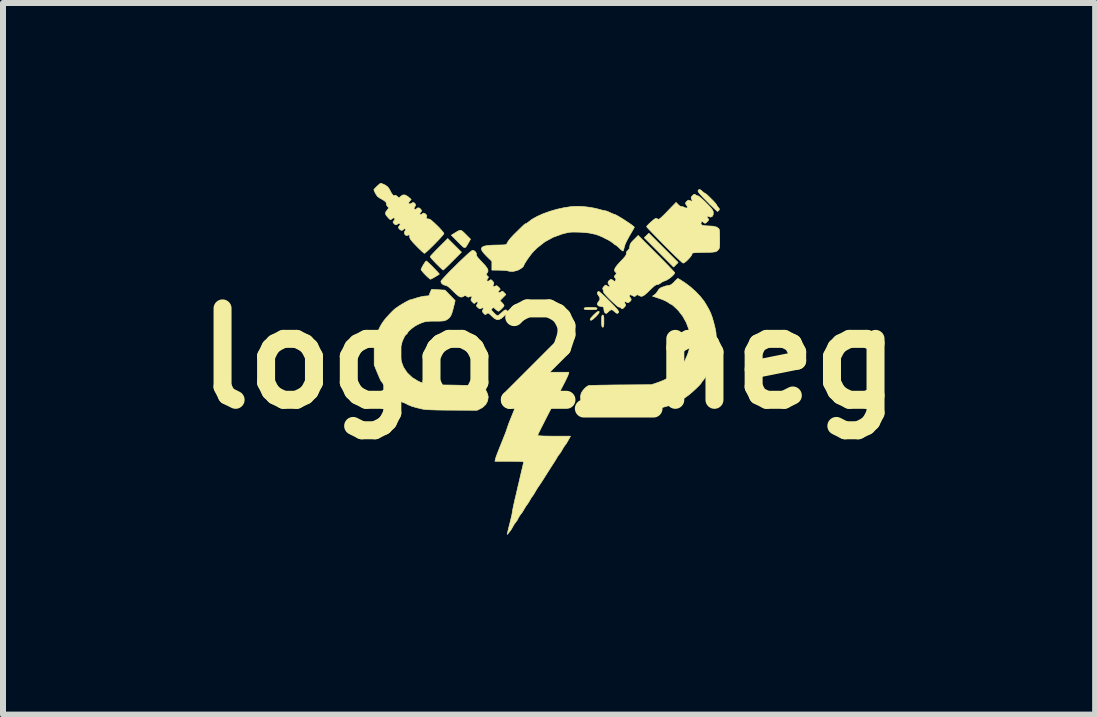
<source format=kicad_pcb>
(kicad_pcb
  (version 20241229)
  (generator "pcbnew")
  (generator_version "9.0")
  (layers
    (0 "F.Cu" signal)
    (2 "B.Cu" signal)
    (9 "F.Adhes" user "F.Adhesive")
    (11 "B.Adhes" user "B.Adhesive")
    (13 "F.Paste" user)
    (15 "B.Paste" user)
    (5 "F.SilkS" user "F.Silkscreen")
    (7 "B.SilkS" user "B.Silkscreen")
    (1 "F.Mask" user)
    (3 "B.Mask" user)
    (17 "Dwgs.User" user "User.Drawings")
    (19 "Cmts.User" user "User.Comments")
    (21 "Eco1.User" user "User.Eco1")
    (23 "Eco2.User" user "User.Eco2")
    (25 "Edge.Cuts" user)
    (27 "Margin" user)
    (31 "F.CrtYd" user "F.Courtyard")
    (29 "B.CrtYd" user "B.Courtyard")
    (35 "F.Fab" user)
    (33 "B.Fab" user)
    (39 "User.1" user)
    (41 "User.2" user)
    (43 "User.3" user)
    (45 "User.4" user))
  (footprint "logo2_neg"
    (layer "F.Cu")
    (at 6.103 2.926)
    (property "Reference" "logo2_neg" (at 0 0 0) (layer "F.SilkS") (effects (font (size 1.524 1.524) (thickness 0.3))))
    (attr through_hole)
    (fp_poly (pts (xy 1.908 -1.844) (xy 2.152 -1.6) (xy 2.114 -1.562) (xy 2.076 -1.524) (xy 1.587 -2.014) (xy 1.626 -2.051) (xy 1.664 -2.088) (xy 1.908 -1.844)) (stroke (width 0.01) (type solid)) (fill yes) (layer "F.SilkS"))
    (fp_poly (pts (xy 0.837 -0.78) (xy 0.832 -0.759) (xy 0.807 -0.726) (xy 0.777 -0.695) (xy 0.734 -0.656) (xy 0.704 -0.637) (xy 0.688 -0.64) (xy 0.686 -0.651) (xy 0.695 -0.669) (xy 0.717 -0.696) (xy 0.747 -0.728) (xy 0.779 -0.758) (xy 0.806 -0.779) (xy 0.823 -0.787) (xy 0.837 -0.78)) (stroke (width 0.01) (type solid)) (fill yes) (layer "F.SilkS"))
    (fp_poly (pts (xy 0.746 -0.85) (xy 0.779 -0.847) (xy 0.796 -0.841) (xy 0.8 -0.832) (xy 0.795 -0.822) (xy 0.779 -0.816) (xy 0.745 -0.814) (xy 0.692 -0.813) (xy 0.638 -0.814) (xy 0.605 -0.817) (xy 0.589 -0.822) (xy 0.584 -0.832) (xy 0.589 -0.841) (xy 0.606 -0.847) (xy 0.639 -0.85) (xy 0.692 -0.851) (xy 0.746 -0.85)) (stroke (width 0.01) (type solid)) (fill yes) (layer "F.SilkS"))
    (fp_poly (pts (xy 0.905 -0.719) (xy 0.911 -0.702) (xy 0.914 -0.667) (xy 0.914 -0.622) (xy 0.914 -0.57) (xy 0.91 -0.539) (xy 0.904 -0.524) (xy 0.895 -0.521) (xy 0.886 -0.525) (xy 0.88 -0.543) (xy 0.877 -0.577) (xy 0.876 -0.622) (xy 0.877 -0.674) (xy 0.88 -0.706) (xy 0.887 -0.721) (xy 0.895 -0.724) (xy 0.905 -0.719)) (stroke (width 0.01) (type solid)) (fill yes) (layer "F.SilkS"))
    (fp_poly (pts (xy -1.45 -2.126) (xy -1.421 -2.101) (xy -1.389 -2.069) (xy -1.309 -1.989) (xy -1.342 -1.931) (xy -1.367 -1.888) (xy -1.385 -1.86) (xy -1.402 -1.848) (xy -1.421 -1.852) (xy -1.446 -1.872) (xy -1.484 -1.909) (xy -1.517 -1.942) (xy -1.629 -2.055) (xy -1.58 -2.086) (xy -1.531 -2.116) (xy -1.498 -2.133) (xy -1.474 -2.137) (xy -1.45 -2.126)) (stroke (width 0.01) (type solid)) (fill yes) (layer "F.SilkS"))
    (fp_poly (pts (xy -1.46 -1.772) (xy -1.609 -1.623) (xy -1.659 -1.573) (xy -1.703 -1.53) (xy -1.737 -1.498) (xy -1.759 -1.478) (xy -1.765 -1.473) (xy -1.776 -1.482) (xy -1.802 -1.505) (xy -1.837 -1.539) (xy -1.877 -1.578) (xy -1.918 -1.621) (xy -1.951 -1.657) (xy -1.974 -1.684) (xy -1.981 -1.696) (xy -1.973 -1.709) (xy -1.949 -1.736) (xy -1.913 -1.774) (xy -1.868 -1.821) (xy -1.835 -1.854) (xy -1.689 -2) (xy -1.46 -1.772)) (stroke (width 0.01) (type solid)) (fill yes) (layer "F.SilkS"))
    (fp_poly (pts (xy -2.034 -1.617) (xy -2.01 -1.595) (xy -1.977 -1.564) (xy -1.939 -1.527) (xy -1.902 -1.488) (xy -1.868 -1.453) (xy -1.843 -1.425) (xy -1.83 -1.409) (xy -1.829 -1.406) (xy -1.854 -1.389) (xy -1.888 -1.368) (xy -1.924 -1.347) (xy -1.955 -1.33) (xy -1.974 -1.321) (xy -1.976 -1.321) (xy -1.99 -1.329) (xy -2.017 -1.352) (xy -2.051 -1.384) (xy -2.061 -1.394) (xy -2.095 -1.43) (xy -2.12 -1.461) (xy -2.133 -1.48) (xy -2.134 -1.483) (xy -2.127 -1.501) (xy -2.112 -1.532) (xy -2.092 -1.566) (xy -2.071 -1.598) (xy -2.054 -1.62) (xy -2.047 -1.626) (xy -2.034 -1.617)) (stroke (width 0.01) (type solid)) (fill yes) (layer "F.SilkS"))
    (fp_poly (pts (xy 2.524 -2.812) (xy 2.553 -2.788) (xy 2.577 -2.766) (xy 2.595 -2.756) (xy 2.597 -2.756) (xy 2.611 -2.747) (xy 2.638 -2.725) (xy 2.672 -2.693) (xy 2.709 -2.656) (xy 2.745 -2.62) (xy 2.773 -2.588) (xy 2.791 -2.566) (xy 2.794 -2.56) (xy 2.802 -2.543) (xy 2.821 -2.519) (xy 2.821 -2.519) (xy 2.839 -2.496) (xy 2.838 -2.479) (xy 2.832 -2.471) (xy 2.815 -2.454) (xy 2.808 -2.451) (xy 2.797 -2.46) (xy 2.771 -2.483) (xy 2.733 -2.52) (xy 2.686 -2.565) (xy 2.638 -2.614) (xy 2.576 -2.677) (xy 2.531 -2.725) (xy 2.501 -2.76) (xy 2.486 -2.783) (xy 2.483 -2.797) (xy 2.484 -2.798) (xy 2.5 -2.817) (xy 2.524 -2.812)) (stroke (width 0.01) (type solid)) (fill yes) (layer "F.SilkS"))
    (fp_poly (pts (xy 0.842 -1.109) (xy 0.871 -1.085) (xy 0.911 -1.049) (xy 0.959 -1.003) (xy 1.007 -0.955) (xy 1.069 -0.892) (xy 1.114 -0.844) (xy 1.144 -0.809) (xy 1.159 -0.785) (xy 1.161 -0.771) (xy 1.161 -0.771) (xy 1.145 -0.752) (xy 1.121 -0.756) (xy 1.092 -0.781) (xy 1.066 -0.803) (xy 1.043 -0.813) (xy 1.041 -0.813) (xy 1.019 -0.804) (xy 0.992 -0.783) (xy 0.991 -0.781) (xy 0.966 -0.757) (xy 0.95 -0.751) (xy 0.934 -0.76) (xy 0.93 -0.765) (xy 0.919 -0.787) (xy 0.914 -0.821) (xy 0.914 -0.821) (xy 0.912 -0.848) (xy 0.9 -0.861) (xy 0.87 -0.866) (xy 0.868 -0.866) (xy 0.826 -0.876) (xy 0.806 -0.896) (xy 0.808 -0.923) (xy 0.823 -0.943) (xy 0.847 -0.981) (xy 0.846 -1.016) (xy 0.824 -1.049) (xy 0.807 -1.077) (xy 0.806 -1.102) (xy 0.82 -1.116) (xy 0.828 -1.118) (xy 0.842 -1.109)) (stroke (width 0.01) (type solid)) (fill yes) (layer "F.SilkS"))
    (fp_poly (pts (xy 0.577 -2.532) (xy 0.678 -2.52) (xy 0.772 -2.503) (xy 0.826 -2.489) (xy 0.872 -2.476) (xy 0.909 -2.467) (xy 0.93 -2.464) (xy 0.954 -2.459) (xy 0.99 -2.445) (xy 1.018 -2.432) (xy 1.056 -2.415) (xy 1.085 -2.403) (xy 1.095 -2.4) (xy 1.113 -2.394) (xy 1.146 -2.376) (xy 1.19 -2.35) (xy 1.24 -2.319) (xy 1.292 -2.285) (xy 1.34 -2.253) (xy 1.381 -2.224) (xy 1.41 -2.201) (xy 1.422 -2.189) (xy 1.422 -2.188) (xy 1.416 -2.175) (xy 1.4 -2.146) (xy 1.379 -2.11) (xy 1.328 -2.022) (xy 1.291 -1.952) (xy 1.266 -1.896) (xy 1.253 -1.851) (xy 1.251 -1.844) (xy 1.244 -1.811) (xy 1.235 -1.793) (xy 1.232 -1.791) (xy 1.218 -1.799) (xy 1.193 -1.82) (xy 1.171 -1.841) (xy 1.142 -1.869) (xy 1.118 -1.888) (xy 1.108 -1.892) (xy 1.092 -1.901) (xy 1.073 -1.918) (xy 1.049 -1.937) (xy 1.012 -1.962) (xy 0.976 -1.981) (xy 0.934 -2.002) (xy 0.899 -2.02) (xy 0.88 -2.03) (xy 0.785 -2.067) (xy 0.668 -2.092) (xy 0.528 -2.105) (xy 0.513 -2.105) (xy 0.442 -2.107) (xy 0.388 -2.107) (xy 0.344 -2.104) (xy 0.301 -2.096) (xy 0.252 -2.084) (xy 0.221 -2.076) (xy 0.069 -2.021) (xy -0.07 -1.945) (xy -0.196 -1.846) (xy -0.259 -1.785) (xy -0.287 -1.753) (xy -0.319 -1.711) (xy -0.352 -1.666) (xy -0.382 -1.621) (xy -0.405 -1.584) (xy -0.418 -1.559) (xy -0.419 -1.553) (xy -0.43 -1.532) (xy -0.458 -1.507) (xy -0.497 -1.483) (xy -0.532 -1.467) (xy -0.6 -1.451) (xy -0.661 -1.454) (xy -0.686 -1.46) (xy -0.712 -1.465) (xy -0.757 -1.469) (xy -0.811 -1.471) (xy -0.835 -1.472) (xy -0.953 -1.473) (xy -0.953 -1.619) (xy -1.042 -1.707) (xy -1.09 -1.758) (xy -1.119 -1.798) (xy -1.128 -1.83) (xy -1.116 -1.855) (xy -1.083 -1.872) (xy -1.027 -1.883) (xy -0.948 -1.889) (xy -0.86 -1.891) (xy -0.796 -1.892) (xy -0.753 -1.894) (xy -0.727 -1.897) (xy -0.712 -1.903) (xy -0.703 -1.912) (xy -0.7 -1.921) (xy -0.68 -1.956) (xy -0.645 -2.001) (xy -0.592 -2.059) (xy -0.533 -2.117) (xy -0.481 -2.168) (xy -0.444 -2.204) (xy -0.419 -2.227) (xy -0.403 -2.24) (xy -0.393 -2.246) (xy -0.386 -2.248) (xy -0.385 -2.248) (xy -0.368 -2.256) (xy -0.346 -2.273) (xy -0.283 -2.321) (xy -0.198 -2.368) (xy -0.098 -2.413) (xy 0.014 -2.453) (xy 0.133 -2.488) (xy 0.253 -2.514) (xy 0.372 -2.532) (xy 0.395 -2.534) (xy 0.479 -2.537) (xy 0.577 -2.532)) (stroke (width 0.01) (type solid)) (fill yes) (layer "F.SilkS"))
    (fp_poly (pts (xy 1.791 -1.746) (xy 1.863 -1.674) (xy 1.929 -1.607) (xy 1.987 -1.547) (xy 2.034 -1.497) (xy 2.07 -1.459) (xy 2.091 -1.436) (xy 2.095 -1.428) (xy 2.085 -1.407) (xy 2.06 -1.379) (xy 2.024 -1.348) (xy 1.985 -1.321) (xy 1.949 -1.301) (xy 1.936 -1.296) (xy 1.897 -1.282) (xy 1.866 -1.262) (xy 1.861 -1.257) (xy 1.831 -1.238) (xy 1.804 -1.232) (xy 1.781 -1.226) (xy 1.751 -1.206) (xy 1.711 -1.17) (xy 1.682 -1.142) (xy 1.63 -1.091) (xy 1.59 -1.057) (xy 1.558 -1.039) (xy 1.532 -1.036) (xy 1.508 -1.045) (xy 1.502 -1.048) (xy 1.478 -1.062) (xy 1.462 -1.059) (xy 1.448 -1.048) (xy 1.43 -1.034) (xy 1.413 -1.036) (xy 1.391 -1.049) (xy 1.361 -1.061) (xy 1.341 -1.058) (xy 1.337 -1.041) (xy 1.35 -1.018) (xy 1.369 -0.991) (xy 1.366 -0.968) (xy 1.345 -0.946) (xy 1.323 -0.93) (xy 1.303 -0.933) (xy 1.293 -0.938) (xy 1.268 -0.948) (xy 1.258 -0.939) (xy 1.267 -0.914) (xy 1.268 -0.912) (xy 1.277 -0.891) (xy 1.27 -0.872) (xy 1.256 -0.856) (xy 1.232 -0.833) (xy 1.217 -0.828) (xy 1.201 -0.84) (xy 1.196 -0.845) (xy 1.177 -0.857) (xy 1.166 -0.856) (xy 1.153 -0.861) (xy 1.127 -0.882) (xy 1.092 -0.913) (xy 1.051 -0.951) (xy 1.009 -0.991) (xy 0.97 -1.031) (xy 0.937 -1.067) (xy 0.916 -1.093) (xy 0.909 -1.107) (xy 0.909 -1.107) (xy 0.909 -1.125) (xy 0.901 -1.144) (xy 0.894 -1.166) (xy 0.904 -1.188) (xy 0.916 -1.201) (xy 0.937 -1.221) (xy 0.952 -1.223) (xy 0.965 -1.213) (xy 0.989 -1.198) (xy 1.009 -1.194) (xy 1.016 -1.202) (xy 1.008 -1.217) (xy 0.994 -1.235) (xy 0.981 -1.263) (xy 0.994 -1.292) (xy 1.019 -1.313) (xy 1.041 -1.318) (xy 1.066 -1.303) (xy 1.067 -1.302) (xy 1.087 -1.286) (xy 1.1 -1.288) (xy 1.105 -1.296) (xy 1.116 -1.32) (xy 1.108 -1.337) (xy 1.098 -1.347) (xy 1.087 -1.36) (xy 1.092 -1.375) (xy 1.105 -1.391) (xy 1.122 -1.412) (xy 1.121 -1.425) (xy 1.112 -1.435) (xy 1.094 -1.457) (xy 1.092 -1.483) (xy 1.107 -1.516) (xy 1.139 -1.559) (xy 1.19 -1.615) (xy 1.193 -1.618) (xy 1.24 -1.667) (xy 1.269 -1.702) (xy 1.285 -1.727) (xy 1.288 -1.744) (xy 1.288 -1.748) (xy 1.291 -1.776) (xy 1.313 -1.8) (xy 1.34 -1.832) (xy 1.346 -1.869) (xy 1.35 -1.895) (xy 1.362 -1.921) (xy 1.388 -1.953) (xy 1.416 -1.981) (xy 1.486 -2.051) (xy 1.791 -1.746)) (stroke (width 0.01) (type solid)) (fill yes) (layer "F.SilkS"))
    (fp_poly (pts (xy -1.845 -1.146) (xy -1.734 -1.139) (xy -1.649 -1.052) (xy -1.565 -0.965) (xy -1.583 -0.892) (xy -1.602 -0.817) (xy -1.618 -0.761) (xy -1.633 -0.722) (xy -1.649 -0.695) (xy -1.667 -0.674) (xy -1.688 -0.657) (xy -1.71 -0.643) (xy -1.731 -0.633) (xy -1.755 -0.627) (xy -1.789 -0.624) (xy -1.839 -0.622) (xy -1.896 -0.622) (xy -1.97 -0.622) (xy -2.026 -0.618) (xy -2.072 -0.611) (xy -2.115 -0.598) (xy -2.163 -0.577) (xy -2.197 -0.561) (xy -2.234 -0.54) (xy -2.275 -0.511) (xy -2.313 -0.48) (xy -2.343 -0.451) (xy -2.36 -0.429) (xy -2.362 -0.423) (xy -2.369 -0.408) (xy -2.374 -0.406) (xy -2.39 -0.395) (xy -2.41 -0.365) (xy -2.431 -0.321) (xy -2.451 -0.271) (xy -2.467 -0.218) (xy -2.475 -0.18) (xy -2.481 -0.064) (xy -2.464 0.047) (xy -2.425 0.148) (xy -2.364 0.239) (xy -2.284 0.316) (xy -2.185 0.377) (xy -2.143 0.396) (xy -2.038 0.438) (xy -1.587 0.444) (xy -1.457 0.447) (xy -1.349 0.449) (xy -1.264 0.452) (xy -1.199 0.455) (xy -1.153 0.458) (xy -1.123 0.463) (xy -1.108 0.467) (xy -1.077 0.495) (xy -1.048 0.54) (xy -1.025 0.591) (xy -1.014 0.639) (xy -1.014 0.644) (xy -1.024 0.709) (xy -1.056 0.768) (xy -1.107 0.816) (xy -1.135 0.832) (xy -1.199 0.864) (xy -1.612 0.862) (xy -1.756 0.861) (xy -1.874 0.859) (xy -1.969 0.856) (xy -2.04 0.852) (xy -2.089 0.847) (xy -2.102 0.845) (xy -2.21 0.82) (xy -2.295 0.795) (xy -2.354 0.77) (xy -2.368 0.762) (xy -2.398 0.746) (xy -2.421 0.737) (xy -2.424 0.737) (xy -2.447 0.728) (xy -2.482 0.704) (xy -2.527 0.669) (xy -2.577 0.626) (xy -2.628 0.578) (xy -2.676 0.53) (xy -2.718 0.486) (xy -2.748 0.447) (xy -2.75 0.444) (xy -2.773 0.411) (xy -2.791 0.387) (xy -2.797 0.38) (xy -2.806 0.366) (xy -2.821 0.334) (xy -2.841 0.288) (xy -2.861 0.241) (xy -2.915 0.108) (xy -2.915 -0.298) (xy -2.866 -0.419) (xy -2.837 -0.487) (xy -2.812 -0.539) (xy -2.785 -0.584) (xy -2.754 -0.629) (xy -2.72 -0.671) (xy -2.676 -0.72) (xy -2.63 -0.769) (xy -2.588 -0.81) (xy -2.57 -0.826) (xy -2.537 -0.85) (xy -2.494 -0.879) (xy -2.445 -0.909) (xy -2.397 -0.937) (xy -2.354 -0.96) (xy -2.323 -0.975) (xy -2.312 -0.978) (xy -2.294 -0.982) (xy -2.26 -0.992) (xy -2.215 -1.006) (xy -2.205 -1.01) (xy -2.15 -1.025) (xy -2.096 -1.037) (xy -2.054 -1.041) (xy -2.052 -1.041) (xy -2.014 -1.044) (xy -1.997 -1.052) (xy -1.994 -1.061) (xy -1.988 -1.086) (xy -1.975 -1.117) (xy -1.957 -1.153) (xy -1.845 -1.146)) (stroke (width 0.01) (type solid)) (fill yes) (layer "F.SilkS"))
    (fp_poly (pts (xy 2.444 -2.727) (xy 2.466 -2.713) (xy 2.48 -2.712) (xy 2.494 -2.706) (xy 2.522 -2.684) (xy 2.56 -2.651) (xy 2.605 -2.609) (xy 2.615 -2.598) (xy 2.666 -2.546) (xy 2.702 -2.506) (xy 2.724 -2.477) (xy 2.735 -2.453) (xy 2.739 -2.435) (xy 2.736 -2.395) (xy 2.719 -2.367) (xy 2.693 -2.356) (xy 2.669 -2.364) (xy 2.643 -2.374) (xy 2.633 -2.366) (xy 2.642 -2.344) (xy 2.647 -2.338) (xy 2.661 -2.32) (xy 2.66 -2.306) (xy 2.642 -2.285) (xy 2.636 -2.279) (xy 2.613 -2.258) (xy 2.597 -2.254) (xy 2.581 -2.264) (xy 2.58 -2.266) (xy 2.557 -2.283) (xy 2.543 -2.281) (xy 2.535 -2.265) (xy 2.532 -2.24) (xy 2.548 -2.224) (xy 2.583 -2.214) (xy 2.642 -2.21) (xy 2.656 -2.21) (xy 2.737 -2.205) (xy 2.795 -2.19) (xy 2.829 -2.166) (xy 2.837 -2.152) (xy 2.84 -2.132) (xy 2.843 -2.092) (xy 2.844 -2.038) (xy 2.845 -1.982) (xy 2.845 -1.918) (xy 2.843 -1.875) (xy 2.84 -1.846) (xy 2.833 -1.827) (xy 2.822 -1.813) (xy 2.812 -1.802) (xy 2.799 -1.791) (xy 2.784 -1.782) (xy 2.763 -1.777) (xy 2.733 -1.773) (xy 2.688 -1.77) (xy 2.625 -1.769) (xy 2.578 -1.768) (xy 2.502 -1.766) (xy 2.447 -1.764) (xy 2.412 -1.761) (xy 2.392 -1.757) (xy 2.384 -1.751) (xy 2.384 -1.744) (xy 2.379 -1.726) (xy 2.36 -1.698) (xy 2.331 -1.665) (xy 2.299 -1.632) (xy 2.268 -1.606) (xy 2.243 -1.591) (xy 2.236 -1.59) (xy 2.222 -1.599) (xy 2.193 -1.624) (xy 2.151 -1.663) (xy 2.098 -1.714) (xy 2.036 -1.775) (xy 1.968 -1.843) (xy 1.921 -1.89) (xy 1.85 -1.962) (xy 1.786 -2.028) (xy 1.729 -2.086) (xy 1.683 -2.134) (xy 1.649 -2.17) (xy 1.63 -2.192) (xy 1.626 -2.197) (xy 1.635 -2.212) (xy 1.658 -2.236) (xy 1.689 -2.266) (xy 1.724 -2.296) (xy 1.754 -2.321) (xy 1.776 -2.335) (xy 1.781 -2.337) (xy 1.805 -2.329) (xy 1.815 -2.321) (xy 1.824 -2.318) (xy 1.839 -2.325) (xy 1.863 -2.344) (xy 1.898 -2.376) (xy 1.947 -2.425) (xy 1.974 -2.453) (xy 2.118 -2.602) (xy 2.154 -2.564) (xy 2.18 -2.542) (xy 2.202 -2.533) (xy 2.207 -2.533) (xy 2.229 -2.531) (xy 2.256 -2.519) (xy 2.285 -2.507) (xy 2.304 -2.512) (xy 2.308 -2.529) (xy 2.295 -2.55) (xy 2.276 -2.578) (xy 2.279 -2.601) (xy 2.299 -2.623) (xy 2.322 -2.639) (xy 2.342 -2.636) (xy 2.351 -2.631) (xy 2.377 -2.621) (xy 2.387 -2.629) (xy 2.378 -2.654) (xy 2.376 -2.657) (xy 2.368 -2.677) (xy 2.374 -2.695) (xy 2.392 -2.715) (xy 2.414 -2.735) (xy 2.429 -2.738) (xy 2.444 -2.727)) (stroke (width 0.01) (type solid)) (fill yes) (layer "F.SilkS"))
    (fp_poly (pts (xy -2.789 -2.916) (xy -2.758 -2.903) (xy -2.738 -2.894) (xy -2.698 -2.868) (xy -2.669 -2.835) (xy -2.653 -2.805) (xy -2.627 -2.756) (xy -2.603 -2.724) (xy -2.583 -2.712) (xy -2.572 -2.718) (xy -2.558 -2.722) (xy -2.533 -2.704) (xy -2.532 -2.704) (xy -2.502 -2.675) (xy -2.473 -2.703) (xy -2.437 -2.726) (xy -2.4 -2.726) (xy -2.359 -2.703) (xy -2.343 -2.691) (xy -2.298 -2.651) (xy -2.323 -2.623) (xy -2.34 -2.6) (xy -2.337 -2.584) (xy -2.334 -2.581) (xy -2.318 -2.573) (xy -2.297 -2.586) (xy -2.296 -2.587) (xy -2.269 -2.6) (xy -2.245 -2.593) (xy -2.229 -2.574) (xy -2.227 -2.547) (xy -2.241 -2.524) (xy -2.253 -2.506) (xy -2.245 -2.492) (xy -2.243 -2.49) (xy -2.224 -2.484) (xy -2.21 -2.495) (xy -2.185 -2.513) (xy -2.159 -2.506) (xy -2.14 -2.489) (xy -2.125 -2.469) (xy -2.127 -2.454) (xy -2.14 -2.438) (xy -2.155 -2.413) (xy -2.151 -2.399) (xy -2.133 -2.396) (xy -2.121 -2.406) (xy -2.096 -2.424) (xy -2.07 -2.417) (xy -2.051 -2.401) (xy -2.037 -2.378) (xy -2.042 -2.36) (xy -2.043 -2.358) (xy -2.047 -2.34) (xy -2.03 -2.328) (xy -1.996 -2.324) (xy -1.978 -2.315) (xy -1.949 -2.292) (xy -1.911 -2.258) (xy -1.869 -2.218) (xy -1.828 -2.177) (xy -1.793 -2.138) (xy -1.766 -2.106) (xy -1.753 -2.085) (xy -1.753 -2.082) (xy -1.761 -2.068) (xy -1.785 -2.04) (xy -1.819 -2.001) (xy -1.862 -1.956) (xy -1.909 -1.908) (xy -1.956 -1.861) (xy -2 -1.818) (xy -2.037 -1.784) (xy -2.064 -1.76) (xy -2.077 -1.753) (xy -2.091 -1.761) (xy -2.118 -1.785) (xy -2.155 -1.82) (xy -2.199 -1.863) (xy -2.207 -1.872) (xy -2.257 -1.923) (xy -2.29 -1.961) (xy -2.311 -1.989) (xy -2.321 -2.011) (xy -2.324 -2.03) (xy -2.324 -2.03) (xy -2.326 -2.057) (xy -2.334 -2.063) (xy -2.348 -2.055) (xy -2.376 -2.049) (xy -2.399 -2.061) (xy -2.411 -2.084) (xy -2.41 -2.112) (xy -2.398 -2.131) (xy -2.39 -2.15) (xy -2.396 -2.16) (xy -2.413 -2.164) (xy -2.425 -2.153) (xy -2.45 -2.135) (xy -2.477 -2.142) (xy -2.496 -2.159) (xy -2.511 -2.179) (xy -2.509 -2.194) (xy -2.496 -2.209) (xy -2.481 -2.235) (xy -2.485 -2.251) (xy -2.506 -2.25) (xy -2.524 -2.241) (xy -2.548 -2.228) (xy -2.564 -2.23) (xy -2.582 -2.246) (xy -2.6 -2.266) (xy -2.599 -2.28) (xy -2.585 -2.299) (xy -2.569 -2.321) (xy -2.574 -2.338) (xy -2.576 -2.339) (xy -2.592 -2.346) (xy -2.614 -2.332) (xy -2.617 -2.33) (xy -2.634 -2.316) (xy -2.647 -2.315) (xy -2.664 -2.328) (xy -2.687 -2.353) (xy -2.717 -2.389) (xy -2.728 -2.417) (xy -2.721 -2.444) (xy -2.699 -2.474) (xy -2.679 -2.499) (xy -2.675 -2.513) (xy -2.685 -2.527) (xy -2.693 -2.534) (xy -2.71 -2.56) (xy -2.711 -2.579) (xy -2.717 -2.603) (xy -2.747 -2.631) (xy -2.8 -2.662) (xy -2.82 -2.672) (xy -2.862 -2.703) (xy -2.893 -2.75) (xy -2.909 -2.784) (xy -2.919 -2.807) (xy -2.921 -2.812) (xy -2.912 -2.825) (xy -2.891 -2.848) (xy -2.863 -2.875) (xy -2.835 -2.9) (xy -2.814 -2.917) (xy -2.807 -2.921) (xy -2.789 -2.916)) (stroke (width 0.01) (type solid)) (fill yes) (layer "F.SilkS"))
    (fp_poly (pts (xy 0.323 0.259) (xy 0.316 0.28) (xy 0.3 0.316) (xy 0.275 0.368) (xy 0.24 0.437) (xy 0.194 0.526) (xy 0.137 0.636) (xy 0.131 0.648) (xy 0.104 0.7) (xy 0.08 0.746) (xy 0.062 0.78) (xy 0.055 0.794) (xy 0.041 0.822) (xy 0.022 0.858) (xy 0.019 0.864) (xy -0.045 0.988) (xy -0.097 1.091) (xy -0.138 1.171) (xy -0.167 1.23) (xy -0.184 1.268) (xy -0.19 1.284) (xy -0.191 1.284) (xy -0.178 1.288) (xy -0.145 1.29) (xy -0.093 1.293) (xy -0.026 1.294) (xy 0.051 1.295) (xy 0.084 1.295) (xy 0.358 1.295) (xy 0.317 1.368) (xy 0.295 1.407) (xy 0.276 1.435) (xy 0.266 1.448) (xy 0.255 1.462) (xy 0.237 1.491) (xy 0.222 1.517) (xy 0.199 1.556) (xy 0.179 1.586) (xy 0.169 1.598) (xy 0.15 1.623) (xy 0.138 1.642) (xy 0.124 1.668) (xy 0.101 1.705) (xy 0.079 1.74) (xy 0.035 1.808) (xy -0.013 1.883) (xy -0.068 1.97) (xy -0.099 2.019) (xy -0.128 2.064) (xy -0.155 2.105) (xy -0.174 2.132) (xy -0.175 2.134) (xy -0.195 2.163) (xy -0.22 2.204) (xy -0.234 2.229) (xy -0.255 2.265) (xy -0.272 2.29) (xy -0.279 2.299) (xy -0.29 2.313) (xy -0.308 2.342) (xy -0.323 2.369) (xy -0.344 2.404) (xy -0.361 2.43) (xy -0.368 2.438) (xy -0.379 2.452) (xy -0.397 2.481) (xy -0.413 2.508) (xy -0.434 2.544) (xy -0.45 2.569) (xy -0.457 2.578) (xy -0.472 2.596) (xy -0.491 2.624) (xy -0.509 2.653) (xy -0.52 2.674) (xy -0.521 2.677) (xy -0.528 2.693) (xy -0.547 2.719) (xy -0.552 2.725) (xy -0.58 2.763) (xy -0.604 2.804) (xy -0.604 2.805) (xy -0.623 2.839) (xy -0.641 2.867) (xy -0.642 2.868) (xy -0.665 2.896) (xy -0.679 2.915) (xy -0.693 2.931) (xy -0.698 2.932) (xy -0.695 2.917) (xy -0.687 2.883) (xy -0.675 2.833) (xy -0.66 2.772) (xy -0.654 2.749) (xy -0.638 2.684) (xy -0.624 2.626) (xy -0.615 2.581) (xy -0.61 2.553) (xy -0.61 2.549) (xy -0.607 2.528) (xy -0.599 2.487) (xy -0.587 2.432) (xy -0.573 2.368) (xy -0.566 2.338) (xy -0.546 2.255) (xy -0.524 2.158) (xy -0.5 2.058) (xy -0.479 1.966) (xy -0.475 1.949) (xy -0.459 1.88) (xy -0.444 1.819) (xy -0.433 1.771) (xy -0.425 1.739) (xy -0.422 1.73) (xy -0.426 1.725) (xy -0.442 1.72) (xy -0.475 1.717) (xy -0.526 1.716) (xy -0.597 1.715) (xy -0.659 1.714) (xy -0.902 1.714) (xy -0.894 1.68) (xy -0.89 1.662) (xy -0.881 1.635) (xy -0.867 1.597) (xy -0.847 1.545) (xy -0.82 1.477) (xy -0.785 1.39) (xy -0.75 1.302) (xy -0.729 1.25) (xy -0.712 1.203) (xy -0.7 1.168) (xy -0.699 1.162) (xy -0.689 1.133) (xy -0.673 1.088) (xy -0.653 1.037) (xy -0.647 1.022) (xy -0.606 0.921) (xy -0.574 0.841) (xy -0.551 0.78) (xy -0.534 0.737) (xy -0.525 0.708) (xy -0.521 0.693) (xy -0.521 0.691) (xy -0.516 0.673) (xy -0.503 0.639) (xy -0.484 0.596) (xy -0.481 0.59) (xy -0.456 0.531) (xy -0.431 0.467) (xy -0.414 0.42) (xy -0.395 0.367) (xy -0.375 0.315) (xy -0.362 0.283) (xy -0.338 0.229) (xy 0.331 0.229) (xy 0.323 0.259)) (stroke (width 0.01) (type solid)) (fill yes) (layer "F.SilkS"))
    (fp_poly (pts (xy 2.162 -1.327) (xy 2.192 -1.309) (xy 2.234 -1.282) (xy 2.271 -1.258) (xy 2.358 -1.192) (xy 2.443 -1.116) (xy 2.52 -1.035) (xy 2.584 -0.955) (xy 2.616 -0.903) (xy 2.634 -0.872) (xy 2.657 -0.832) (xy 2.668 -0.812) (xy 2.693 -0.76) (xy 2.719 -0.69) (xy 2.743 -0.609) (xy 2.765 -0.524) (xy 2.781 -0.442) (xy 2.783 -0.432) (xy 2.791 -0.308) (xy 2.781 -0.176) (xy 2.755 -0.049) (xy 2.74 0.004) (xy 2.727 0.055) (xy 2.717 0.092) (xy 2.717 0.093) (xy 2.702 0.136) (xy 2.679 0.181) (xy 2.675 0.188) (xy 2.65 0.231) (xy 2.626 0.276) (xy 2.623 0.282) (xy 2.6 0.322) (xy 2.574 0.359) (xy 2.571 0.362) (xy 2.55 0.386) (xy 2.54 0.403) (xy 2.54 0.404) (xy 2.531 0.419) (xy 2.507 0.446) (xy 2.472 0.481) (xy 2.431 0.52) (xy 2.388 0.559) (xy 2.347 0.594) (xy 2.315 0.619) (xy 2.246 0.667) (xy 2.189 0.703) (xy 2.147 0.727) (xy 2.121 0.736) (xy 2.119 0.737) (xy 2.095 0.743) (xy 2.075 0.755) (xy 2.046 0.769) (xy 1.999 0.786) (xy 1.937 0.804) (xy 1.868 0.822) (xy 1.796 0.839) (xy 1.759 0.846) (xy 1.722 0.851) (xy 1.669 0.855) (xy 1.598 0.858) (xy 1.507 0.86) (xy 1.394 0.862) (xy 1.259 0.863) (xy 1.187 0.863) (xy 1.063 0.863) (xy 0.961 0.863) (xy 0.879 0.862) (xy 0.815 0.861) (xy 0.766 0.859) (xy 0.729 0.857) (xy 0.701 0.853) (xy 0.68 0.849) (xy 0.664 0.844) (xy 0.653 0.839) (xy 0.596 0.802) (xy 0.554 0.752) (xy 0.529 0.693) (xy 0.523 0.633) (xy 0.538 0.575) (xy 0.539 0.572) (xy 0.569 0.528) (xy 0.605 0.488) (xy 0.643 0.46) (xy 0.664 0.451) (xy 0.682 0.45) (xy 0.724 0.448) (xy 0.784 0.447) (xy 0.862 0.445) (xy 0.953 0.444) (xy 1.055 0.442) (xy 1.166 0.441) (xy 1.2 0.441) (xy 1.708 0.437) (xy 1.813 0.401) (xy 1.867 0.381) (xy 1.917 0.36) (xy 1.955 0.341) (xy 1.961 0.336) (xy 1.995 0.316) (xy 2.025 0.301) (xy 2.03 0.299) (xy 2.055 0.283) (xy 2.076 0.26) (xy 2.095 0.237) (xy 2.112 0.228) (xy 2.127 0.218) (xy 2.152 0.194) (xy 2.172 0.17) (xy 2.198 0.135) (xy 2.22 0.108) (xy 2.23 0.097) (xy 2.246 0.073) (xy 2.266 0.032) (xy 2.289 -0.018) (xy 2.311 -0.071) (xy 2.327 -0.119) (xy 2.332 -0.133) (xy 2.342 -0.19) (xy 2.348 -0.261) (xy 2.348 -0.337) (xy 2.344 -0.41) (xy 2.335 -0.469) (xy 2.331 -0.485) (xy 2.287 -0.6) (xy 2.228 -0.706) (xy 2.159 -0.795) (xy 2.134 -0.821) (xy 2.102 -0.851) (xy 2.075 -0.876) (xy 2.053 -0.895) (xy 2.038 -0.902) (xy 2.023 -0.909) (xy 1.996 -0.927) (xy 1.986 -0.934) (xy 1.954 -0.953) (xy 1.907 -0.975) (xy 1.852 -0.996) (xy 1.834 -1.002) (xy 1.724 -1.039) (xy 1.758 -1.061) (xy 1.787 -1.088) (xy 1.812 -1.124) (xy 1.814 -1.127) (xy 1.833 -1.156) (xy 1.86 -1.177) (xy 1.905 -1.195) (xy 1.948 -1.209) (xy 1.987 -1.217) (xy 2.005 -1.219) (xy 2.037 -1.231) (xy 2.078 -1.266) (xy 2.087 -1.276) (xy 2.116 -1.307) (xy 2.138 -1.327) (xy 2.148 -1.334) (xy 2.162 -1.327)) (stroke (width 0.01) (type solid)) (fill yes) (layer "F.SilkS"))
    (fp_poly (pts (xy -1.245 -1.794) (xy -1.221 -1.772) (xy -1.21 -1.745) (xy -1.212 -1.732) (xy -1.21 -1.716) (xy -1.193 -1.689) (xy -1.16 -1.651) (xy -1.118 -1.606) (xy -1.067 -1.552) (xy -1.035 -1.51) (xy -1.019 -1.478) (xy -1.018 -1.452) (xy -1.03 -1.428) (xy -1.035 -1.422) (xy -1.047 -1.405) (xy -1.041 -1.389) (xy -1.029 -1.378) (xy -1.012 -1.36) (xy -1.013 -1.345) (xy -1.024 -1.331) (xy -1.038 -1.306) (xy -1.031 -1.29) (xy -1.012 -1.288) (xy -0.993 -1.299) (xy -0.976 -1.312) (xy -0.961 -1.31) (xy -0.941 -1.29) (xy -0.922 -1.266) (xy -0.921 -1.246) (xy -0.927 -1.232) (xy -0.936 -1.205) (xy -0.927 -1.195) (xy -0.901 -1.204) (xy -0.899 -1.205) (xy -0.879 -1.214) (xy -0.862 -1.208) (xy -0.84 -1.188) (xy -0.819 -1.165) (xy -0.814 -1.152) (xy -0.826 -1.14) (xy -0.831 -1.136) (xy -0.847 -1.119) (xy -0.842 -1.103) (xy -0.841 -1.103) (xy -0.824 -1.095) (xy -0.803 -1.109) (xy -0.803 -1.109) (xy -0.785 -1.122) (xy -0.771 -1.119) (xy -0.75 -1.099) (xy -0.749 -1.098) (xy -0.719 -1.066) (xy -0.818 -0.965) (xy -0.784 -0.93) (xy -0.761 -0.904) (xy -0.75 -0.884) (xy -0.749 -0.881) (xy -0.758 -0.865) (xy -0.779 -0.84) (xy -0.806 -0.814) (xy -0.83 -0.794) (xy -0.844 -0.787) (xy -0.86 -0.795) (xy -0.885 -0.815) (xy -0.892 -0.822) (xy -0.916 -0.843) (xy -0.931 -0.848) (xy -0.945 -0.838) (xy -0.949 -0.834) (xy -0.96 -0.821) (xy -0.96 -0.807) (xy -0.945 -0.788) (xy -0.921 -0.762) (xy -0.892 -0.734) (xy -0.868 -0.716) (xy -0.859 -0.711) (xy -0.844 -0.719) (xy -0.817 -0.74) (xy -0.792 -0.762) (xy -0.756 -0.794) (xy -0.733 -0.809) (xy -0.716 -0.809) (xy -0.701 -0.797) (xy -0.698 -0.794) (xy -0.693 -0.781) (xy -0.698 -0.764) (xy -0.719 -0.739) (xy -0.746 -0.711) (xy -0.795 -0.668) (xy -0.836 -0.648) (xy -0.876 -0.649) (xy -0.917 -0.673) (xy -0.955 -0.707) (xy -0.988 -0.739) (xy -1.008 -0.754) (xy -1.022 -0.757) (xy -1.035 -0.749) (xy -1.039 -0.745) (xy -1.056 -0.732) (xy -1.071 -0.735) (xy -1.091 -0.754) (xy -1.109 -0.778) (xy -1.111 -0.796) (xy -1.103 -0.811) (xy -1.093 -0.837) (xy -1.102 -0.846) (xy -1.127 -0.838) (xy -1.129 -0.836) (xy -1.149 -0.828) (xy -1.168 -0.834) (xy -1.187 -0.85) (xy -1.208 -0.872) (xy -1.211 -0.886) (xy -1.199 -0.903) (xy -1.198 -0.904) (xy -1.185 -0.928) (xy -1.19 -0.944) (xy -1.208 -0.944) (xy -1.225 -0.932) (xy -1.241 -0.919) (xy -1.255 -0.921) (xy -1.276 -0.94) (xy -1.279 -0.943) (xy -1.299 -0.966) (xy -1.302 -0.984) (xy -1.294 -1.001) (xy -1.284 -1.028) (xy -1.294 -1.04) (xy -1.318 -1.033) (xy -1.323 -1.031) (xy -1.346 -1.021) (xy -1.367 -1.031) (xy -1.372 -1.035) (xy -1.391 -1.049) (xy -1.408 -1.046) (xy -1.426 -1.036) (xy -1.451 -1.024) (xy -1.476 -1.025) (xy -1.506 -1.039) (xy -1.543 -1.069) (xy -1.593 -1.116) (xy -1.606 -1.129) (xy -1.654 -1.175) (xy -1.689 -1.204) (xy -1.716 -1.217) (xy -1.728 -1.219) (xy -1.762 -1.229) (xy -1.791 -1.252) (xy -1.803 -1.281) (xy -1.803 -1.284) (xy -1.795 -1.299) (xy -1.77 -1.329) (xy -1.732 -1.37) (xy -1.685 -1.42) (xy -1.63 -1.476) (xy -1.57 -1.535) (xy -1.51 -1.595) (xy -1.45 -1.652) (xy -1.395 -1.704) (xy -1.347 -1.748) (xy -1.309 -1.78) (xy -1.283 -1.8) (xy -1.275 -1.803) (xy -1.245 -1.794)) (stroke (width 0.01) (type solid)) (fill yes) (layer "F.SilkS")))
  (gr_rect
    (start -3 -3)
    (end 15.207 8.863)
    (stroke (width 0.1) (type default))
    (fill no)
    (layer "Edge.Cuts")))
</source>
